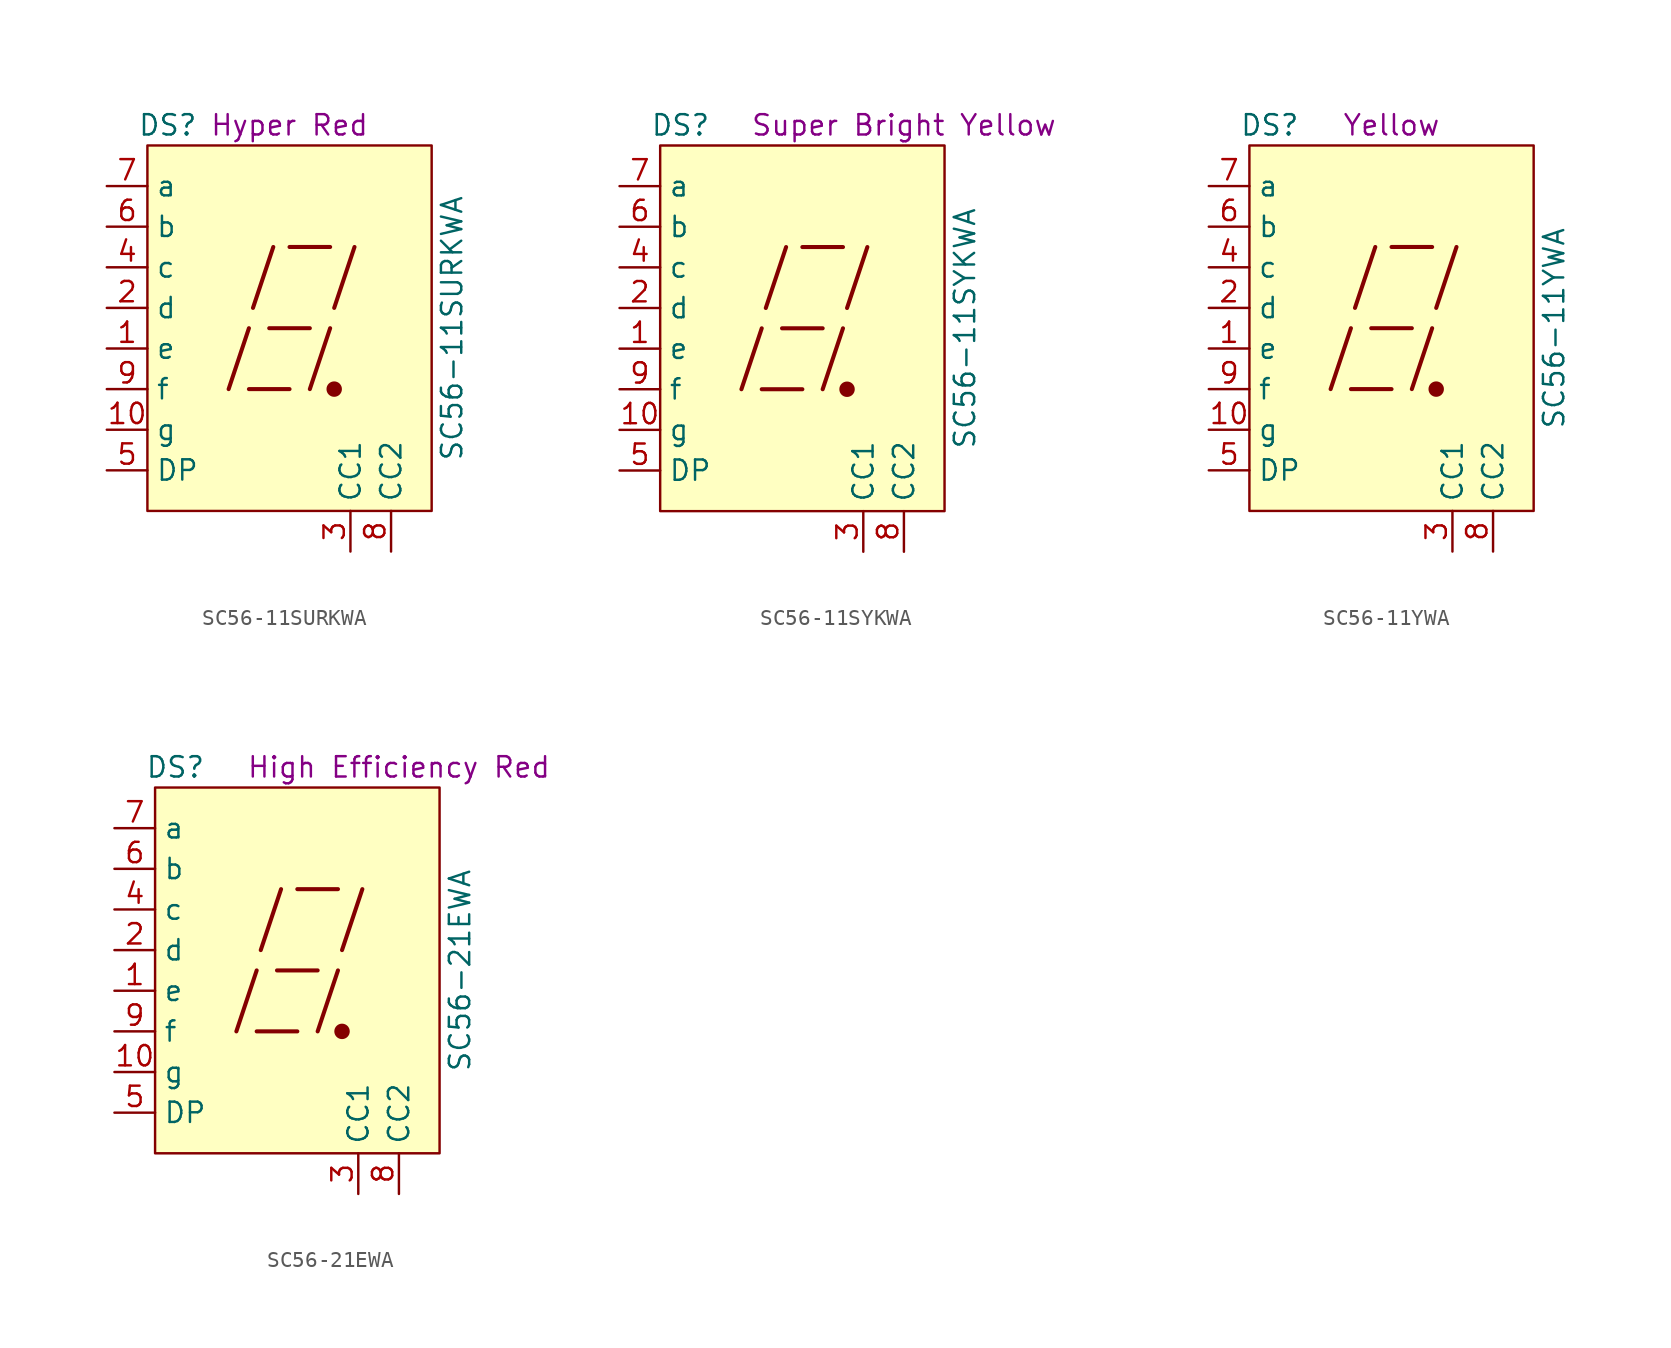
<source format=kicad_sym>
(kicad_symbol_lib
  (version 20211014)
  (generator kicad_symbol_editor)
  (symbol "SC56-11SURKWA"
    (property "Reference" "DS"
      (at -7.62 12.7 0)
      (effects (font (size 1.27 1.27))))
    (property "Value" "SC56-11SURKWA"
      (at 10.16 0 90)
      (effects (font (size 1.27 1.27))))
    (property "Color" "Hyper Red"
      (at 0 12.7 0)
      (effects (font (size 1.27 1.27))))
    (symbol "SC56-11SURKWA_0_0"
      (rectangle (start -8.89 11.43) (end 8.89 -11.43) (stroke (width 0) (type default) (color 0 0 0 0)) (fill (type background)))
      (polyline (pts (xy -3.81 -3.81) (xy -2.54 0)) (stroke (width 0.254) (type default) (color 0 0 0 0)) (fill (type none)))
      (polyline (pts (xy -2.54 -3.81) (xy 0 -3.81)) (stroke (width 0.254) (type default) (color 0 0 0 0)) (fill (type none)))
      (polyline (pts (xy -2.286 1.27) (xy -1.016 5.08)) (stroke (width 0.254) (type default) (color 0 0 0 0)) (fill (type none)))
      (polyline (pts (xy -1.27 0) (xy 1.27 0)) (stroke (width 0.254) (type default) (color 0 0 0 0)) (fill (type none)))
      (polyline (pts (xy 0 5.08) (xy 2.54 5.08)) (stroke (width 0.254) (type default) (color 0 0 0 0)) (fill (type none)))
      (polyline (pts (xy 1.27 -3.81) (xy 2.54 0)) (stroke (width 0.254) (type default) (color 0 0 0 0)) (fill (type none)))
      (polyline (pts (xy 2.794 1.27) (xy 4.064 5.08)) (stroke (width 0.254) (type default) (color 0 0 0 0)) (fill (type none))))
    (symbol "SC56-11SURKWA_0_1"
      (circle (center 2.794 -3.81) (radius 0.356) (stroke (width 0.254) (type default) (color 0 0 0 0)) (fill (type outline))))
    (symbol "SC56-11SURKWA_1_1"
      (pin passive line (at -11.43 -1.27 0) (length 2.54) (name "e" (effects (font (size 1.27 1.27)))) (number "1" (effects (font (size 1.27 1.27)))))
      (pin passive line (at -11.43 -6.35 0) (length 2.54) (name "g" (effects (font (size 1.27 1.27)))) (number "10" (effects (font (size 1.27 1.27)))))
      (pin passive line (at -11.43 1.27 0) (length 2.54) (name "d" (effects (font (size 1.27 1.27)))) (number "2" (effects (font (size 1.27 1.27)))))
      (pin passive line (at 3.81 -13.97 90) (length 2.54) (name "CC1" (effects (font (size 1.27 1.27)))) (number "3" (effects (font (size 1.27 1.27)))))
      (pin passive line (at -11.43 3.81 0) (length 2.54) (name "c" (effects (font (size 1.27 1.27)))) (number "4" (effects (font (size 1.27 1.27)))))
      (pin passive line (at -11.43 -8.89 0) (length 2.54) (name "DP" (effects (font (size 1.27 1.27)))) (number "5" (effects (font (size 1.27 1.27)))))
      (pin passive line (at -11.43 6.35 0) (length 2.54) (name "b" (effects (font (size 1.27 1.27)))) (number "6" (effects (font (size 1.27 1.27)))))
      (pin passive line (at -11.43 8.89 0) (length 2.54) (name "a" (effects (font (size 1.27 1.27)))) (number "7" (effects (font (size 1.27 1.27)))))
      (pin passive line (at 6.35 -13.97 90) (length 2.54) (name "CC2" (effects (font (size 1.27 1.27)))) (number "8" (effects (font (size 1.27 1.27)))))
      (pin passive line (at -11.43 -3.81 0) (length 2.54) (name "f" (effects (font (size 1.27 1.27)))) (number "9" (effects (font (size 1.27 1.27)))))))
  (symbol "SC56-11SYKWA"
    (property "Reference" "DS"
      (at -7.62 12.7 0)
      (effects (font (size 1.27 1.27))))
    (property "Value" "SC56-11SYKWA"
      (at 10.16 0 90)
      (effects (font (size 1.27 1.27))))
    (property "Color" "Super Bright Yellow"
      (at 6.35 12.7 0)
      (effects (font (size 1.27 1.27))))
    (symbol "SC56-11SYKWA_0_0"
      (rectangle (start -8.89 11.43) (end 8.89 -11.43) (stroke (width 0) (type default) (color 0 0 0 0)) (fill (type background)))
      (polyline (pts (xy -3.81 -3.81) (xy -2.54 0)) (stroke (width 0.254) (type default) (color 0 0 0 0)) (fill (type none)))
      (polyline (pts (xy -2.54 -3.81) (xy 0 -3.81)) (stroke (width 0.254) (type default) (color 0 0 0 0)) (fill (type none)))
      (polyline (pts (xy -2.286 1.27) (xy -1.016 5.08)) (stroke (width 0.254) (type default) (color 0 0 0 0)) (fill (type none)))
      (polyline (pts (xy -1.27 0) (xy 1.27 0)) (stroke (width 0.254) (type default) (color 0 0 0 0)) (fill (type none)))
      (polyline (pts (xy 0 5.08) (xy 2.54 5.08)) (stroke (width 0.254) (type default) (color 0 0 0 0)) (fill (type none)))
      (polyline (pts (xy 1.27 -3.81) (xy 2.54 0)) (stroke (width 0.254) (type default) (color 0 0 0 0)) (fill (type none)))
      (polyline (pts (xy 2.794 1.27) (xy 4.064 5.08)) (stroke (width 0.254) (type default) (color 0 0 0 0)) (fill (type none))))
    (symbol "SC56-11SYKWA_0_1"
      (circle (center 2.794 -3.81) (radius 0.356) (stroke (width 0.254) (type default) (color 0 0 0 0)) (fill (type outline))))
    (symbol "SC56-11SYKWA_1_1"
      (pin passive line (at -11.43 -1.27 0) (length 2.54) (name "e" (effects (font (size 1.27 1.27)))) (number "1" (effects (font (size 1.27 1.27)))))
      (pin passive line (at -11.43 -6.35 0) (length 2.54) (name "g" (effects (font (size 1.27 1.27)))) (number "10" (effects (font (size 1.27 1.27)))))
      (pin passive line (at -11.43 1.27 0) (length 2.54) (name "d" (effects (font (size 1.27 1.27)))) (number "2" (effects (font (size 1.27 1.27)))))
      (pin passive line (at 3.81 -13.97 90) (length 2.54) (name "CC1" (effects (font (size 1.27 1.27)))) (number "3" (effects (font (size 1.27 1.27)))))
      (pin passive line (at -11.43 3.81 0) (length 2.54) (name "c" (effects (font (size 1.27 1.27)))) (number "4" (effects (font (size 1.27 1.27)))))
      (pin passive line (at -11.43 -8.89 0) (length 2.54) (name "DP" (effects (font (size 1.27 1.27)))) (number "5" (effects (font (size 1.27 1.27)))))
      (pin passive line (at -11.43 6.35 0) (length 2.54) (name "b" (effects (font (size 1.27 1.27)))) (number "6" (effects (font (size 1.27 1.27)))))
      (pin passive line (at -11.43 8.89 0) (length 2.54) (name "a" (effects (font (size 1.27 1.27)))) (number "7" (effects (font (size 1.27 1.27)))))
      (pin passive line (at 6.35 -13.97 90) (length 2.54) (name "CC2" (effects (font (size 1.27 1.27)))) (number "8" (effects (font (size 1.27 1.27)))))
      (pin passive line (at -11.43 -3.81 0) (length 2.54) (name "f" (effects (font (size 1.27 1.27)))) (number "9" (effects (font (size 1.27 1.27)))))))
  (symbol "SC56-11YWA"
    (property "Reference" "DS"
      (at -7.62 12.7 0)
      (effects (font (size 1.27 1.27))))
    (property "Value" "SC56-11YWA"
      (at 10.16 0 90)
      (effects (font (size 1.27 1.27))))
    (property "Color" "Yellow"
      (at 0 12.7 0)
      (effects (font (size 1.27 1.27))))
    (symbol "SC56-11YWA_0_0"
      (rectangle (start -8.89 11.43) (end 8.89 -11.43) (stroke (width 0) (type default) (color 0 0 0 0)) (fill (type background)))
      (polyline (pts (xy -3.81 -3.81) (xy -2.54 0)) (stroke (width 0.254) (type default) (color 0 0 0 0)) (fill (type none)))
      (polyline (pts (xy -2.54 -3.81) (xy 0 -3.81)) (stroke (width 0.254) (type default) (color 0 0 0 0)) (fill (type none)))
      (polyline (pts (xy -2.286 1.27) (xy -1.016 5.08)) (stroke (width 0.254) (type default) (color 0 0 0 0)) (fill (type none)))
      (polyline (pts (xy -1.27 0) (xy 1.27 0)) (stroke (width 0.254) (type default) (color 0 0 0 0)) (fill (type none)))
      (polyline (pts (xy 0 5.08) (xy 2.54 5.08)) (stroke (width 0.254) (type default) (color 0 0 0 0)) (fill (type none)))
      (polyline (pts (xy 1.27 -3.81) (xy 2.54 0)) (stroke (width 0.254) (type default) (color 0 0 0 0)) (fill (type none)))
      (polyline (pts (xy 2.794 1.27) (xy 4.064 5.08)) (stroke (width 0.254) (type default) (color 0 0 0 0)) (fill (type none))))
    (symbol "SC56-11YWA_0_1"
      (circle (center 2.794 -3.81) (radius 0.356) (stroke (width 0.254) (type default) (color 0 0 0 0)) (fill (type outline))))
    (symbol "SC56-11YWA_1_1"
      (pin passive line (at -11.43 -1.27 0) (length 2.54) (name "e" (effects (font (size 1.27 1.27)))) (number "1" (effects (font (size 1.27 1.27)))))
      (pin passive line (at -11.43 -6.35 0) (length 2.54) (name "g" (effects (font (size 1.27 1.27)))) (number "10" (effects (font (size 1.27 1.27)))))
      (pin passive line (at -11.43 1.27 0) (length 2.54) (name "d" (effects (font (size 1.27 1.27)))) (number "2" (effects (font (size 1.27 1.27)))))
      (pin passive line (at 3.81 -13.97 90) (length 2.54) (name "CC1" (effects (font (size 1.27 1.27)))) (number "3" (effects (font (size 1.27 1.27)))))
      (pin passive line (at -11.43 3.81 0) (length 2.54) (name "c" (effects (font (size 1.27 1.27)))) (number "4" (effects (font (size 1.27 1.27)))))
      (pin passive line (at -11.43 -8.89 0) (length 2.54) (name "DP" (effects (font (size 1.27 1.27)))) (number "5" (effects (font (size 1.27 1.27)))))
      (pin passive line (at -11.43 6.35 0) (length 2.54) (name "b" (effects (font (size 1.27 1.27)))) (number "6" (effects (font (size 1.27 1.27)))))
      (pin passive line (at -11.43 8.89 0) (length 2.54) (name "a" (effects (font (size 1.27 1.27)))) (number "7" (effects (font (size 1.27 1.27)))))
      (pin passive line (at 6.35 -13.97 90) (length 2.54) (name "CC2" (effects (font (size 1.27 1.27)))) (number "8" (effects (font (size 1.27 1.27)))))
      (pin passive line (at -11.43 -3.81 0) (length 2.54) (name "f" (effects (font (size 1.27 1.27)))) (number "9" (effects (font (size 1.27 1.27)))))))
  (symbol "SC56-21EWA"
    (property "Reference" "DS"
      (at -7.62 12.7 0)
      (effects (font (size 1.27 1.27))))
    (property "Value" "SC56-21EWA"
      (at 10.16 0 90)
      (effects (font (size 1.27 1.27))))
    (property "Color" "High Efficiency Red"
      (at 6.35 12.7 0)
      (effects (font (size 1.27 1.27))))
    (symbol "SC56-21EWA_0_0"
      (rectangle (start -8.89 11.43) (end 8.89 -11.43) (stroke (width 0) (type default) (color 0 0 0 0)) (fill (type background)))
      (polyline (pts (xy -3.81 -3.81) (xy -2.54 0)) (stroke (width 0.254) (type default) (color 0 0 0 0)) (fill (type none)))
      (polyline (pts (xy -2.54 -3.81) (xy 0 -3.81)) (stroke (width 0.254) (type default) (color 0 0 0 0)) (fill (type none)))
      (polyline (pts (xy -2.286 1.27) (xy -1.016 5.08)) (stroke (width 0.254) (type default) (color 0 0 0 0)) (fill (type none)))
      (polyline (pts (xy -1.27 0) (xy 1.27 0)) (stroke (width 0.254) (type default) (color 0 0 0 0)) (fill (type none)))
      (polyline (pts (xy 0 5.08) (xy 2.54 5.08)) (stroke (width 0.254) (type default) (color 0 0 0 0)) (fill (type none)))
      (polyline (pts (xy 1.27 -3.81) (xy 2.54 0)) (stroke (width 0.254) (type default) (color 0 0 0 0)) (fill (type none)))
      (polyline (pts (xy 2.794 1.27) (xy 4.064 5.08)) (stroke (width 0.254) (type default) (color 0 0 0 0)) (fill (type none))))
    (symbol "SC56-21EWA_0_1"
      (circle (center 2.794 -3.81) (radius 0.356) (stroke (width 0.254) (type default) (color 0 0 0 0)) (fill (type outline))))
    (symbol "SC56-21EWA_1_1"
      (pin passive line (at -11.43 -1.27 0) (length 2.54) (name "e" (effects (font (size 1.27 1.27)))) (number "1" (effects (font (size 1.27 1.27)))))
      (pin passive line (at -11.43 -6.35 0) (length 2.54) (name "g" (effects (font (size 1.27 1.27)))) (number "10" (effects (font (size 1.27 1.27)))))
      (pin passive line (at -11.43 1.27 0) (length 2.54) (name "d" (effects (font (size 1.27 1.27)))) (number "2" (effects (font (size 1.27 1.27)))))
      (pin passive line (at 3.81 -13.97 90) (length 2.54) (name "CC1" (effects (font (size 1.27 1.27)))) (number "3" (effects (font (size 1.27 1.27)))))
      (pin passive line (at -11.43 3.81 0) (length 2.54) (name "c" (effects (font (size 1.27 1.27)))) (number "4" (effects (font (size 1.27 1.27)))))
      (pin passive line (at -11.43 -8.89 0) (length 2.54) (name "DP" (effects (font (size 1.27 1.27)))) (number "5" (effects (font (size 1.27 1.27)))))
      (pin passive line (at -11.43 6.35 0) (length 2.54) (name "b" (effects (font (size 1.27 1.27)))) (number "6" (effects (font (size 1.27 1.27)))))
      (pin passive line (at -11.43 8.89 0) (length 2.54) (name "a" (effects (font (size 1.27 1.27)))) (number "7" (effects (font (size 1.27 1.27)))))
      (pin passive line (at 6.35 -13.97 90) (length 2.54) (name "CC2" (effects (font (size 1.27 1.27)))) (number "8" (effects (font (size 1.27 1.27)))))
      (pin passive line (at -11.43 -3.81 0) (length 2.54) (name "f" (effects (font (size 1.27 1.27)))) (number "9" (effects (font (size 1.27 1.27))))))))
</source>
